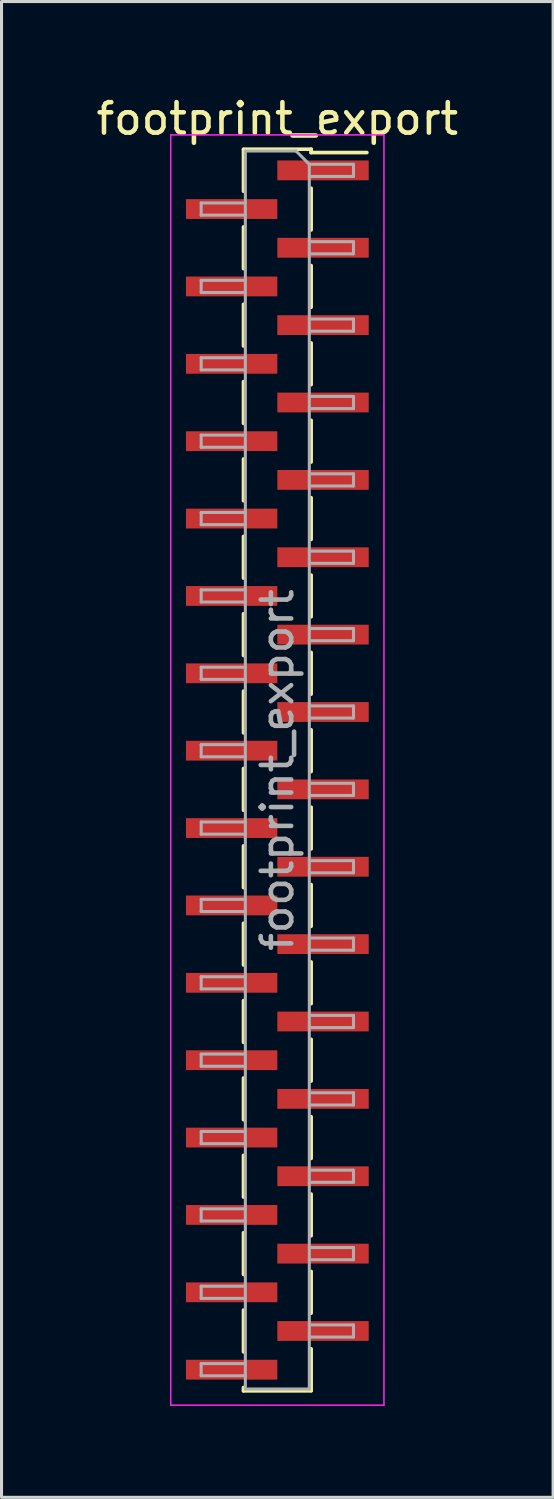
<source format=kicad_pcb>
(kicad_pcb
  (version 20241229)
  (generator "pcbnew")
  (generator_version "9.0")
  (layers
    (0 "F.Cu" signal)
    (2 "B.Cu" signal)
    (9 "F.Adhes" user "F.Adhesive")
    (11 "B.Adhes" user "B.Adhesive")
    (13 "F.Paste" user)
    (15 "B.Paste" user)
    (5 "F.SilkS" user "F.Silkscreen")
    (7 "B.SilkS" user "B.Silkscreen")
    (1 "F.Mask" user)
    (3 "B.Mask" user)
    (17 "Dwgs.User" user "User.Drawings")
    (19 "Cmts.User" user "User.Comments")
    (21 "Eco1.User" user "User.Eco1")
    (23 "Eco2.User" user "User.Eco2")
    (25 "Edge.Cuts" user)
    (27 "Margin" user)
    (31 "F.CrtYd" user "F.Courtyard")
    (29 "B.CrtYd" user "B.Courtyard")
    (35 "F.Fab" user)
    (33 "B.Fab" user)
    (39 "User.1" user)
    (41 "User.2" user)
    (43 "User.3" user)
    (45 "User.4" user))
  (footprint "footprint_export"
    (layer "F.Cu")
    (at 6.054 22.228)
    (property "Reference" "footprint_export" (at 0 -21.38 0) (layer "F.SilkS") (effects (font (size 1 1) (thickness 0.15))))
    (attr smd)
    (fp_line (start -1.11 -20.38) (end 1.11 -20.38) (stroke (width 0.12) (type solid)) (layer "F.SilkS"))
    (fp_line (start -1.11 -20.37) (end -1.11 -19) (stroke (width 0.12) (type solid)) (layer "F.SilkS"))
    (fp_line (start -1.11 -17.83) (end -1.11 -16.46) (stroke (width 0.12) (type solid)) (layer "F.SilkS"))
    (fp_line (start -1.11 -15.29) (end -1.11 -13.92) (stroke (width 0.12) (type solid)) (layer "F.SilkS"))
    (fp_line (start -1.11 -12.75) (end -1.11 -11.38) (stroke (width 0.12) (type solid)) (layer "F.SilkS"))
    (fp_line (start -1.11 -10.21) (end -1.11 -8.84) (stroke (width 0.12) (type solid)) (layer "F.SilkS"))
    (fp_line (start -1.11 -7.67) (end -1.11 -6.3) (stroke (width 0.12) (type solid)) (layer "F.SilkS"))
    (fp_line (start -1.11 -5.13) (end -1.11 -3.76) (stroke (width 0.12) (type solid)) (layer "F.SilkS"))
    (fp_line (start -1.11 -2.59) (end -1.11 -1.22) (stroke (width 0.12) (type solid)) (layer "F.SilkS"))
    (fp_line (start -1.11 -0.05) (end -1.11 1.32) (stroke (width 0.12) (type solid)) (layer "F.SilkS"))
    (fp_line (start -1.11 2.49) (end -1.11 3.86) (stroke (width 0.12) (type solid)) (layer "F.SilkS"))
    (fp_line (start -1.11 5.03) (end -1.11 6.4) (stroke (width 0.12) (type solid)) (layer "F.SilkS"))
    (fp_line (start -1.11 7.57) (end -1.11 8.94) (stroke (width 0.12) (type solid)) (layer "F.SilkS"))
    (fp_line (start -1.11 10.11) (end -1.11 11.48) (stroke (width 0.12) (type solid)) (layer "F.SilkS"))
    (fp_line (start -1.11 12.65) (end -1.11 14.02) (stroke (width 0.12) (type solid)) (layer "F.SilkS"))
    (fp_line (start -1.11 15.19) (end -1.11 16.56) (stroke (width 0.12) (type solid)) (layer "F.SilkS"))
    (fp_line (start -1.11 17.73) (end -1.11 19.1) (stroke (width 0.12) (type solid)) (layer "F.SilkS"))
    (fp_line (start -1.11 20.27) (end -1.11 20.38) (stroke (width 0.12) (type solid)) (layer "F.SilkS"))
    (fp_line (start -1.11 20.38) (end 1.11 20.38) (stroke (width 0.12) (type solid)) (layer "F.SilkS"))
    (fp_line (start 1.11 -20.38) (end 1.11 -20.27) (stroke (width 0.12) (type solid)) (layer "F.SilkS"))
    (fp_line (start 1.11 -20.27) (end 2.94 -20.27) (stroke (width 0.12) (type solid)) (layer "F.SilkS"))
    (fp_line (start 1.11 -19.1) (end 1.11 -17.73) (stroke (width 0.12) (type solid)) (layer "F.SilkS"))
    (fp_line (start 1.11 -16.56) (end 1.11 -15.19) (stroke (width 0.12) (type solid)) (layer "F.SilkS"))
    (fp_line (start 1.11 -14.02) (end 1.11 -12.65) (stroke (width 0.12) (type solid)) (layer "F.SilkS"))
    (fp_line (start 1.11 -11.48) (end 1.11 -10.11) (stroke (width 0.12) (type solid)) (layer "F.SilkS"))
    (fp_line (start 1.11 -8.94) (end 1.11 -7.57) (stroke (width 0.12) (type solid)) (layer "F.SilkS"))
    (fp_line (start 1.11 -6.4) (end 1.11 -5.03) (stroke (width 0.12) (type solid)) (layer "F.SilkS"))
    (fp_line (start 1.11 -3.86) (end 1.11 -2.49) (stroke (width 0.12) (type solid)) (layer "F.SilkS"))
    (fp_line (start 1.11 -1.32) (end 1.11 0.05) (stroke (width 0.12) (type solid)) (layer "F.SilkS"))
    (fp_line (start 1.11 1.22) (end 1.11 2.59) (stroke (width 0.12) (type solid)) (layer "F.SilkS"))
    (fp_line (start 1.11 3.76) (end 1.11 5.13) (stroke (width 0.12) (type solid)) (layer "F.SilkS"))
    (fp_line (start 1.11 6.3) (end 1.11 7.67) (stroke (width 0.12) (type solid)) (layer "F.SilkS"))
    (fp_line (start 1.11 8.84) (end 1.11 10.21) (stroke (width 0.12) (type solid)) (layer "F.SilkS"))
    (fp_line (start 1.11 11.38) (end 1.11 12.75) (stroke (width 0.12) (type solid)) (layer "F.SilkS"))
    (fp_line (start 1.11 13.92) (end 1.11 15.29) (stroke (width 0.12) (type solid)) (layer "F.SilkS"))
    (fp_line (start 1.11 16.46) (end 1.11 17.83) (stroke (width 0.12) (type solid)) (layer "F.SilkS"))
    (fp_line (start 1.11 19) (end 1.11 20.37) (stroke (width 0.12) (type solid)) (layer "F.SilkS"))
    (fp_line (start -3.5 -20.85) (end -3.5 20.85) (stroke (width 0.05) (type solid)) (layer "F.CrtYd"))
    (fp_line (start -3.5 20.85) (end 3.5 20.85) (stroke (width 0.05) (type solid)) (layer "F.CrtYd"))
    (fp_line (start 3.5 -20.85) (end -3.5 -20.85) (stroke (width 0.05) (type solid)) (layer "F.CrtYd"))
    (fp_line (start 3.5 20.85) (end 3.5 -20.85) (stroke (width 0.05) (type solid)) (layer "F.CrtYd"))
    (fp_line (start -2.5 -18.615) (end -2.5 -18.215) (stroke (width 0.1) (type solid)) (layer "F.Fab"))
    (fp_line (start -2.5 -18.215) (end -1.05 -18.215) (stroke (width 0.1) (type solid)) (layer "F.Fab"))
    (fp_line (start -2.5 -16.075) (end -2.5 -15.675) (stroke (width 0.1) (type solid)) (layer "F.Fab"))
    (fp_line (start -2.5 -15.675) (end -1.05 -15.675) (stroke (width 0.1) (type solid)) (layer "F.Fab"))
    (fp_line (start -2.5 -13.535) (end -2.5 -13.135) (stroke (width 0.1) (type solid)) (layer "F.Fab"))
    (fp_line (start -2.5 -13.135) (end -1.05 -13.135) (stroke (width 0.1) (type solid)) (layer "F.Fab"))
    (fp_line (start -2.5 -10.995) (end -2.5 -10.595) (stroke (width 0.1) (type solid)) (layer "F.Fab"))
    (fp_line (start -2.5 -10.595) (end -1.05 -10.595) (stroke (width 0.1) (type solid)) (layer "F.Fab"))
    (fp_line (start -2.5 -8.455) (end -2.5 -8.055) (stroke (width 0.1) (type solid)) (layer "F.Fab"))
    (fp_line (start -2.5 -8.055) (end -1.05 -8.055) (stroke (width 0.1) (type solid)) (layer "F.Fab"))
    (fp_line (start -2.5 -5.915) (end -2.5 -5.515) (stroke (width 0.1) (type solid)) (layer "F.Fab"))
    (fp_line (start -2.5 -5.515) (end -1.05 -5.515) (stroke (width 0.1) (type solid)) (layer "F.Fab"))
    (fp_line (start -2.5 -3.375) (end -2.5 -2.975) (stroke (width 0.1) (type solid)) (layer "F.Fab"))
    (fp_line (start -2.5 -2.975) (end -1.05 -2.975) (stroke (width 0.1) (type solid)) (layer "F.Fab"))
    (fp_line (start -2.5 -0.835) (end -2.5 -0.435) (stroke (width 0.1) (type solid)) (layer "F.Fab"))
    (fp_line (start -2.5 -0.435) (end -1.05 -0.435) (stroke (width 0.1) (type solid)) (layer "F.Fab"))
    (fp_line (start -2.5 1.705) (end -2.5 2.105) (stroke (width 0.1) (type solid)) (layer "F.Fab"))
    (fp_line (start -2.5 2.105) (end -1.05 2.105) (stroke (width 0.1) (type solid)) (layer "F.Fab"))
    (fp_line (start -2.5 4.245) (end -2.5 4.645) (stroke (width 0.1) (type solid)) (layer "F.Fab"))
    (fp_line (start -2.5 4.645) (end -1.05 4.645) (stroke (width 0.1) (type solid)) (layer "F.Fab"))
    (fp_line (start -2.5 6.785) (end -2.5 7.185) (stroke (width 0.1) (type solid)) (layer "F.Fab"))
    (fp_line (start -2.5 7.185) (end -1.05 7.185) (stroke (width 0.1) (type solid)) (layer "F.Fab"))
    (fp_line (start -2.5 9.325) (end -2.5 9.725) (stroke (width 0.1) (type solid)) (layer "F.Fab"))
    (fp_line (start -2.5 9.725) (end -1.05 9.725) (stroke (width 0.1) (type solid)) (layer "F.Fab"))
    (fp_line (start -2.5 11.865) (end -2.5 12.265) (stroke (width 0.1) (type solid)) (layer "F.Fab"))
    (fp_line (start -2.5 12.265) (end -1.05 12.265) (stroke (width 0.1) (type solid)) (layer "F.Fab"))
    (fp_line (start -2.5 14.405) (end -2.5 14.805) (stroke (width 0.1) (type solid)) (layer "F.Fab"))
    (fp_line (start -2.5 14.805) (end -1.05 14.805) (stroke (width 0.1) (type solid)) (layer "F.Fab"))
    (fp_line (start -2.5 16.945) (end -2.5 17.345) (stroke (width 0.1) (type solid)) (layer "F.Fab"))
    (fp_line (start -2.5 17.345) (end -1.05 17.345) (stroke (width 0.1) (type solid)) (layer "F.Fab"))
    (fp_line (start -2.5 19.485) (end -2.5 19.885) (stroke (width 0.1) (type solid)) (layer "F.Fab"))
    (fp_line (start -2.5 19.885) (end -1.05 19.885) (stroke (width 0.1) (type solid)) (layer "F.Fab"))
    (fp_line (start -1.05 -20.32) (end -1.05 20.32) (stroke (width 0.1) (type solid)) (layer "F.Fab"))
    (fp_line (start -1.05 -20.32) (end 0.615 -20.32) (stroke (width 0.1) (type solid)) (layer "F.Fab"))
    (fp_line (start -1.05 -18.615) (end -2.5 -18.615) (stroke (width 0.1) (type solid)) (layer "F.Fab"))
    (fp_line (start -1.05 -16.075) (end -2.5 -16.075) (stroke (width 0.1) (type solid)) (layer "F.Fab"))
    (fp_line (start -1.05 -13.535) (end -2.5 -13.535) (stroke (width 0.1) (type solid)) (layer "F.Fab"))
    (fp_line (start -1.05 -10.995) (end -2.5 -10.995) (stroke (width 0.1) (type solid)) (layer "F.Fab"))
    (fp_line (start -1.05 -8.455) (end -2.5 -8.455) (stroke (width 0.1) (type solid)) (layer "F.Fab"))
    (fp_line (start -1.05 -5.915) (end -2.5 -5.915) (stroke (width 0.1) (type solid)) (layer "F.Fab"))
    (fp_line (start -1.05 -3.375) (end -2.5 -3.375) (stroke (width 0.1) (type solid)) (layer "F.Fab"))
    (fp_line (start -1.05 -0.835) (end -2.5 -0.835) (stroke (width 0.1) (type solid)) (layer "F.Fab"))
    (fp_line (start -1.05 1.705) (end -2.5 1.705) (stroke (width 0.1) (type solid)) (layer "F.Fab"))
    (fp_line (start -1.05 4.245) (end -2.5 4.245) (stroke (width 0.1) (type solid)) (layer "F.Fab"))
    (fp_line (start -1.05 6.785) (end -2.5 6.785) (stroke (width 0.1) (type solid)) (layer "F.Fab"))
    (fp_line (start -1.05 9.325) (end -2.5 9.325) (stroke (width 0.1) (type solid)) (layer "F.Fab"))
    (fp_line (start -1.05 11.865) (end -2.5 11.865) (stroke (width 0.1) (type solid)) (layer "F.Fab"))
    (fp_line (start -1.05 14.405) (end -2.5 14.405) (stroke (width 0.1) (type solid)) (layer "F.Fab"))
    (fp_line (start -1.05 16.945) (end -2.5 16.945) (stroke (width 0.1) (type solid)) (layer "F.Fab"))
    (fp_line (start -1.05 19.485) (end -2.5 19.485) (stroke (width 0.1) (type solid)) (layer "F.Fab"))
    (fp_line (start 1.05 -19.885) (end 0.615 -20.32) (stroke (width 0.1) (type solid)) (layer "F.Fab"))
    (fp_line (start 1.05 -19.885) (end 2.5 -19.885) (stroke (width 0.1) (type solid)) (layer "F.Fab"))
    (fp_line (start 1.05 -17.345) (end 2.5 -17.345) (stroke (width 0.1) (type solid)) (layer "F.Fab"))
    (fp_line (start 1.05 -14.805) (end 2.5 -14.805) (stroke (width 0.1) (type solid)) (layer "F.Fab"))
    (fp_line (start 1.05 -12.265) (end 2.5 -12.265) (stroke (width 0.1) (type solid)) (layer "F.Fab"))
    (fp_line (start 1.05 -9.725) (end 2.5 -9.725) (stroke (width 0.1) (type solid)) (layer "F.Fab"))
    (fp_line (start 1.05 -7.185) (end 2.5 -7.185) (stroke (width 0.1) (type solid)) (layer "F.Fab"))
    (fp_line (start 1.05 -4.645) (end 2.5 -4.645) (stroke (width 0.1) (type solid)) (layer "F.Fab"))
    (fp_line (start 1.05 -2.105) (end 2.5 -2.105) (stroke (width 0.1) (type solid)) (layer "F.Fab"))
    (fp_line (start 1.05 0.435) (end 2.5 0.435) (stroke (width 0.1) (type solid)) (layer "F.Fab"))
    (fp_line (start 1.05 2.975) (end 2.5 2.975) (stroke (width 0.1) (type solid)) (layer "F.Fab"))
    (fp_line (start 1.05 5.515) (end 2.5 5.515) (stroke (width 0.1) (type solid)) (layer "F.Fab"))
    (fp_line (start 1.05 8.055) (end 2.5 8.055) (stroke (width 0.1) (type solid)) (layer "F.Fab"))
    (fp_line (start 1.05 10.595) (end 2.5 10.595) (stroke (width 0.1) (type solid)) (layer "F.Fab"))
    (fp_line (start 1.05 13.135) (end 2.5 13.135) (stroke (width 0.1) (type solid)) (layer "F.Fab"))
    (fp_line (start 1.05 15.675) (end 2.5 15.675) (stroke (width 0.1) (type solid)) (layer "F.Fab"))
    (fp_line (start 1.05 18.215) (end 2.5 18.215) (stroke (width 0.1) (type solid)) (layer "F.Fab"))
    (fp_line (start 1.05 20.32) (end -1.05 20.32) (stroke (width 0.1) (type solid)) (layer "F.Fab"))
    (fp_line (start 1.05 20.32) (end 1.05 -19.885) (stroke (width 0.1) (type solid)) (layer "F.Fab"))
    (fp_line (start 2.5 -19.885) (end 2.5 -19.485) (stroke (width 0.1) (type solid)) (layer "F.Fab"))
    (fp_line (start 2.5 -19.485) (end 1.05 -19.485) (stroke (width 0.1) (type solid)) (layer "F.Fab"))
    (fp_line (start 2.5 -17.345) (end 2.5 -16.945) (stroke (width 0.1) (type solid)) (layer "F.Fab"))
    (fp_line (start 2.5 -16.945) (end 1.05 -16.945) (stroke (width 0.1) (type solid)) (layer "F.Fab"))
    (fp_line (start 2.5 -14.805) (end 2.5 -14.405) (stroke (width 0.1) (type solid)) (layer "F.Fab"))
    (fp_line (start 2.5 -14.405) (end 1.05 -14.405) (stroke (width 0.1) (type solid)) (layer "F.Fab"))
    (fp_line (start 2.5 -12.265) (end 2.5 -11.865) (stroke (width 0.1) (type solid)) (layer "F.Fab"))
    (fp_line (start 2.5 -11.865) (end 1.05 -11.865) (stroke (width 0.1) (type solid)) (layer "F.Fab"))
    (fp_line (start 2.5 -9.725) (end 2.5 -9.325) (stroke (width 0.1) (type solid)) (layer "F.Fab"))
    (fp_line (start 2.5 -9.325) (end 1.05 -9.325) (stroke (width 0.1) (type solid)) (layer "F.Fab"))
    (fp_line (start 2.5 -7.185) (end 2.5 -6.785) (stroke (width 0.1) (type solid)) (layer "F.Fab"))
    (fp_line (start 2.5 -6.785) (end 1.05 -6.785) (stroke (width 0.1) (type solid)) (layer "F.Fab"))
    (fp_line (start 2.5 -4.645) (end 2.5 -4.245) (stroke (width 0.1) (type solid)) (layer "F.Fab"))
    (fp_line (start 2.5 -4.245) (end 1.05 -4.245) (stroke (width 0.1) (type solid)) (layer "F.Fab"))
    (fp_line (start 2.5 -2.105) (end 2.5 -1.705) (stroke (width 0.1) (type solid)) (layer "F.Fab"))
    (fp_line (start 2.5 -1.705) (end 1.05 -1.705) (stroke (width 0.1) (type solid)) (layer "F.Fab"))
    (fp_line (start 2.5 0.435) (end 2.5 0.835) (stroke (width 0.1) (type solid)) (layer "F.Fab"))
    (fp_line (start 2.5 0.835) (end 1.05 0.835) (stroke (width 0.1) (type solid)) (layer "F.Fab"))
    (fp_line (start 2.5 2.975) (end 2.5 3.375) (stroke (width 0.1) (type solid)) (layer "F.Fab"))
    (fp_line (start 2.5 3.375) (end 1.05 3.375) (stroke (width 0.1) (type solid)) (layer "F.Fab"))
    (fp_line (start 2.5 5.515) (end 2.5 5.915) (stroke (width 0.1) (type solid)) (layer "F.Fab"))
    (fp_line (start 2.5 5.915) (end 1.05 5.915) (stroke (width 0.1) (type solid)) (layer "F.Fab"))
    (fp_line (start 2.5 8.055) (end 2.5 8.455) (stroke (width 0.1) (type solid)) (layer "F.Fab"))
    (fp_line (start 2.5 8.455) (end 1.05 8.455) (stroke (width 0.1) (type solid)) (layer "F.Fab"))
    (fp_line (start 2.5 10.595) (end 2.5 10.995) (stroke (width 0.1) (type solid)) (layer "F.Fab"))
    (fp_line (start 2.5 10.995) (end 1.05 10.995) (stroke (width 0.1) (type solid)) (layer "F.Fab"))
    (fp_line (start 2.5 13.135) (end 2.5 13.535) (stroke (width 0.1) (type solid)) (layer "F.Fab"))
    (fp_line (start 2.5 13.535) (end 1.05 13.535) (stroke (width 0.1) (type solid)) (layer "F.Fab"))
    (fp_line (start 2.5 15.675) (end 2.5 16.075) (stroke (width 0.1) (type solid)) (layer "F.Fab"))
    (fp_line (start 2.5 16.075) (end 1.05 16.075) (stroke (width 0.1) (type solid)) (layer "F.Fab"))
    (fp_line (start 2.5 18.215) (end 2.5 18.615) (stroke (width 0.1) (type solid)) (layer "F.Fab"))
    (fp_line (start 2.5 18.615) (end 1.05 18.615) (stroke (width 0.1) (type solid)) (layer "F.Fab"))
    (fp_text user "${REFERENCE}" (at 0 0 90) (layer "F.Fab") (effects (font (size 1 1) (thickness 0.15))))
    (pad "1" smd rect (at 1.5 -19.685) (size 3 0.65) (layers "F.Cu" "F.Mask" "F.Paste"))
    (pad "2" smd rect (at -1.5 -18.415) (size 3 0.65) (layers "F.Cu" "F.Mask" "F.Paste"))
    (pad "3" smd rect (at 1.5 -17.145) (size 3 0.65) (layers "F.Cu" "F.Mask" "F.Paste"))
    (pad "4" smd rect (at -1.5 -15.875) (size 3 0.65) (layers "F.Cu" "F.Mask" "F.Paste"))
    (pad "5" smd rect (at 1.5 -14.605) (size 3 0.65) (layers "F.Cu" "F.Mask" "F.Paste"))
    (pad "6" smd rect (at -1.5 -13.335) (size 3 0.65) (layers "F.Cu" "F.Mask" "F.Paste"))
    (pad "7" smd rect (at 1.5 -12.065) (size 3 0.65) (layers "F.Cu" "F.Mask" "F.Paste"))
    (pad "8" smd rect (at -1.5 -10.795) (size 3 0.65) (layers "F.Cu" "F.Mask" "F.Paste"))
    (pad "9" smd rect (at 1.5 -9.525) (size 3 0.65) (layers "F.Cu" "F.Mask" "F.Paste"))
    (pad "10" smd rect (at -1.5 -8.255) (size 3 0.65) (layers "F.Cu" "F.Mask" "F.Paste"))
    (pad "11" smd rect (at 1.5 -6.985) (size 3 0.65) (layers "F.Cu" "F.Mask" "F.Paste"))
    (pad "12" smd rect (at -1.5 -5.715) (size 3 0.65) (layers "F.Cu" "F.Mask" "F.Paste"))
    (pad "13" smd rect (at 1.5 -4.445) (size 3 0.65) (layers "F.Cu" "F.Mask" "F.Paste"))
    (pad "14" smd rect (at -1.5 -3.175) (size 3 0.65) (layers "F.Cu" "F.Mask" "F.Paste"))
    (pad "15" smd rect (at 1.5 -1.905) (size 3 0.65) (layers "F.Cu" "F.Mask" "F.Paste"))
    (pad "16" smd rect (at -1.5 -0.635) (size 3 0.65) (layers "F.Cu" "F.Mask" "F.Paste"))
    (pad "17" smd rect (at 1.5 0.635) (size 3 0.65) (layers "F.Cu" "F.Mask" "F.Paste"))
    (pad "18" smd rect (at -1.5 1.905) (size 3 0.65) (layers "F.Cu" "F.Mask" "F.Paste"))
    (pad "19" smd rect (at 1.5 3.175) (size 3 0.65) (layers "F.Cu" "F.Mask" "F.Paste"))
    (pad "20" smd rect (at -1.5 4.445) (size 3 0.65) (layers "F.Cu" "F.Mask" "F.Paste"))
    (pad "21" smd rect (at 1.5 5.715) (size 3 0.65) (layers "F.Cu" "F.Mask" "F.Paste"))
    (pad "22" smd rect (at -1.5 6.985) (size 3 0.65) (layers "F.Cu" "F.Mask" "F.Paste"))
    (pad "23" smd rect (at 1.5 8.255) (size 3 0.65) (layers "F.Cu" "F.Mask" "F.Paste"))
    (pad "24" smd rect (at -1.5 9.525) (size 3 0.65) (layers "F.Cu" "F.Mask" "F.Paste"))
    (pad "25" smd rect (at 1.5 10.795) (size 3 0.65) (layers "F.Cu" "F.Mask" "F.Paste"))
    (pad "26" smd rect (at -1.5 12.065) (size 3 0.65) (layers "F.Cu" "F.Mask" "F.Paste"))
    (pad "27" smd rect (at 1.5 13.335) (size 3 0.65) (layers "F.Cu" "F.Mask" "F.Paste"))
    (pad "28" smd rect (at -1.5 14.605) (size 3 0.65) (layers "F.Cu" "F.Mask" "F.Paste"))
    (pad "29" smd rect (at 1.5 15.875) (size 3 0.65) (layers "F.Cu" "F.Mask" "F.Paste"))
    (pad "30" smd rect (at -1.5 17.145) (size 3 0.65) (layers "F.Cu" "F.Mask" "F.Paste"))
    (pad "31" smd rect (at 1.5 18.415) (size 3 0.65) (layers "F.Cu" "F.Mask" "F.Paste"))
    (pad "32" smd rect (at -1.5 19.685) (size 3 0.65) (layers "F.Cu" "F.Mask" "F.Paste")))
  (gr_rect
    (start -3 -3)
    (end 15.107 46.103)
    (stroke (width 0.1) (type default))
    (fill no)
    (layer "Edge.Cuts")))
</source>
